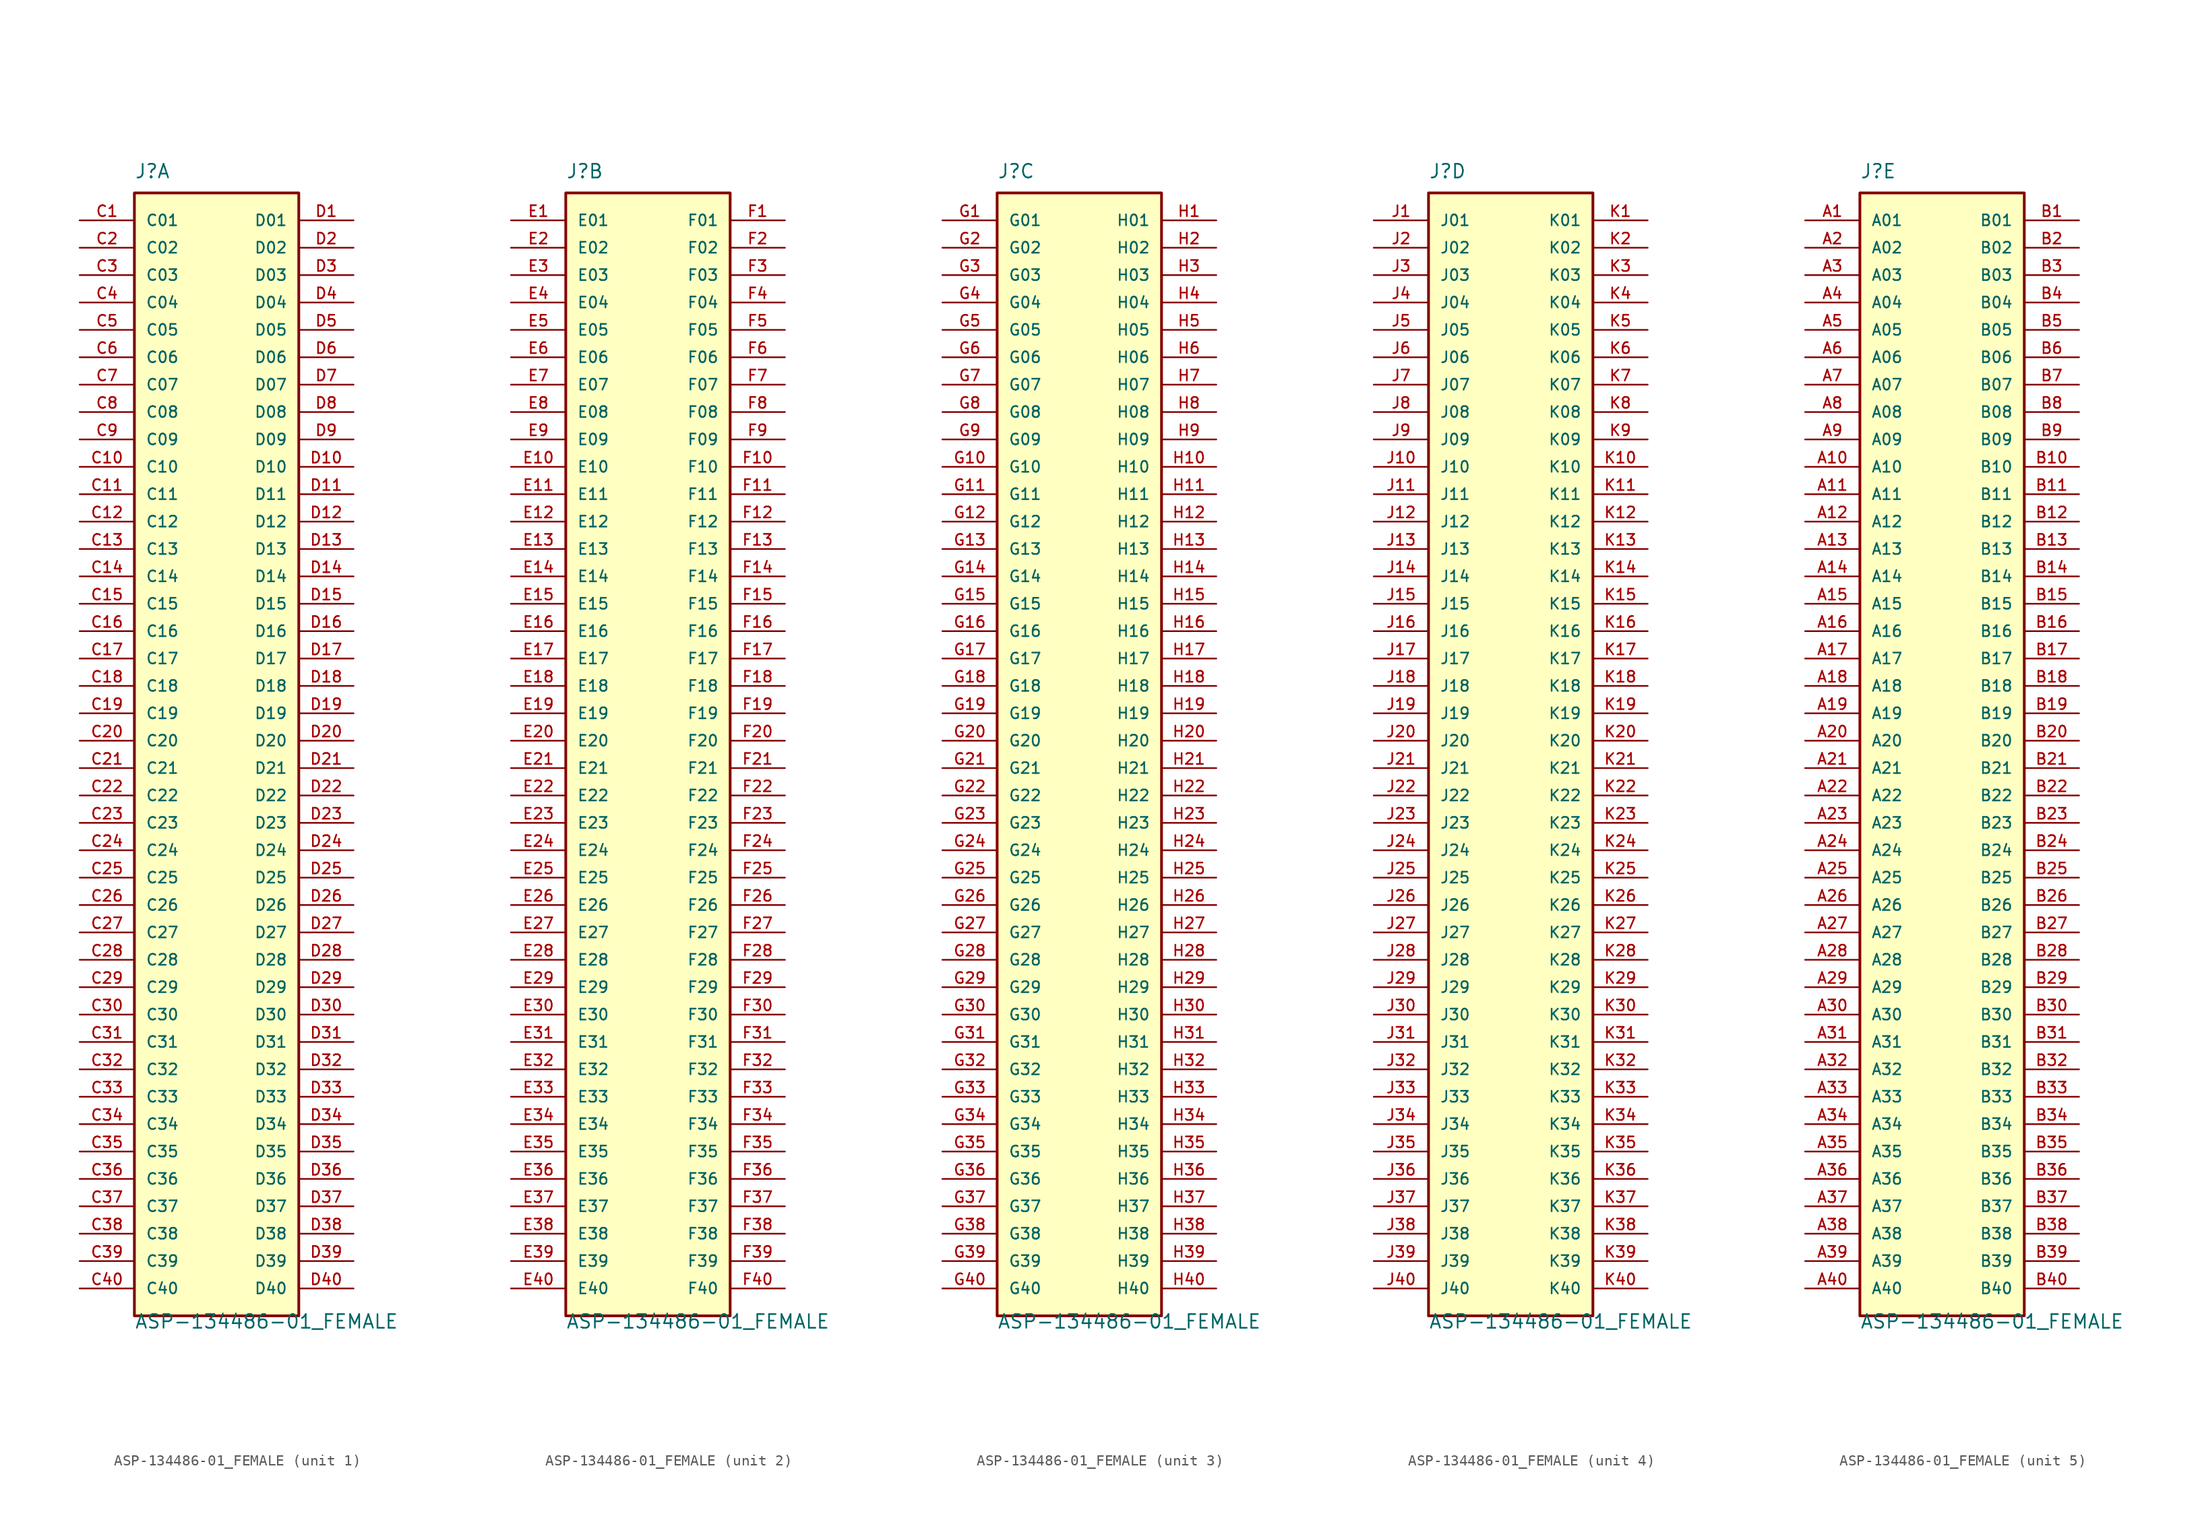
<source format=kicad_sym>
(kicad_symbol_lib
  (version 20211014)
  (generator kicad_symbol_editor)
  (symbol "ASP-134486-01_FEMALE"
    (pin_names
      (offset 1.016))
    (property "Reference" "J"
      (at -7.62 52.07 0)
      (effects (font (size 1.27 1.27)) (justify left bottom)))
    (property "Value" "ASP-134486-01_FEMALE"
      (at -7.62 -54.61 0)
      (effects (font (size 1.27 1.27)) (justify left bottom)))
    (property "ki_locked" ""
      (at 0 0 0)
      (effects (font (size 1.27 1.27))))
    (symbol "ASP-134486-01_FEMALE_1_0"
      (rectangle (start -7.62 -53.34) (end 7.62 50.8) (stroke (width 0.254) (type default) (color 0 0 0 0)) (fill (type background)))
      (pin passive line (at -12.7 48.26 0) (length 5.08) (name "C01" (effects (font (size 1.016 1.016)))) (number "C1" (effects (font (size 1.016 1.016)))))
      (pin passive line (at -12.7 25.4 0) (length 5.08) (name "C10" (effects (font (size 1.016 1.016)))) (number "C10" (effects (font (size 1.016 1.016)))))
      (pin passive line (at -12.7 22.86 0) (length 5.08) (name "C11" (effects (font (size 1.016 1.016)))) (number "C11" (effects (font (size 1.016 1.016)))))
      (pin passive line (at -12.7 20.32 0) (length 5.08) (name "C12" (effects (font (size 1.016 1.016)))) (number "C12" (effects (font (size 1.016 1.016)))))
      (pin passive line (at -12.7 17.78 0) (length 5.08) (name "C13" (effects (font (size 1.016 1.016)))) (number "C13" (effects (font (size 1.016 1.016)))))
      (pin passive line (at -12.7 15.24 0) (length 5.08) (name "C14" (effects (font (size 1.016 1.016)))) (number "C14" (effects (font (size 1.016 1.016)))))
      (pin passive line (at -12.7 12.7 0) (length 5.08) (name "C15" (effects (font (size 1.016 1.016)))) (number "C15" (effects (font (size 1.016 1.016)))))
      (pin passive line (at -12.7 10.16 0) (length 5.08) (name "C16" (effects (font (size 1.016 1.016)))) (number "C16" (effects (font (size 1.016 1.016)))))
      (pin passive line (at -12.7 7.62 0) (length 5.08) (name "C17" (effects (font (size 1.016 1.016)))) (number "C17" (effects (font (size 1.016 1.016)))))
      (pin passive line (at -12.7 5.08 0) (length 5.08) (name "C18" (effects (font (size 1.016 1.016)))) (number "C18" (effects (font (size 1.016 1.016)))))
      (pin passive line (at -12.7 2.54 0) (length 5.08) (name "C19" (effects (font (size 1.016 1.016)))) (number "C19" (effects (font (size 1.016 1.016)))))
      (pin passive line (at -12.7 45.72 0) (length 5.08) (name "C02" (effects (font (size 1.016 1.016)))) (number "C2" (effects (font (size 1.016 1.016)))))
      (pin passive line (at -12.7 0 0) (length 5.08) (name "C20" (effects (font (size 1.016 1.016)))) (number "C20" (effects (font (size 1.016 1.016)))))
      (pin passive line (at -12.7 -2.54 0) (length 5.08) (name "C21" (effects (font (size 1.016 1.016)))) (number "C21" (effects (font (size 1.016 1.016)))))
      (pin passive line (at -12.7 -5.08 0) (length 5.08) (name "C22" (effects (font (size 1.016 1.016)))) (number "C22" (effects (font (size 1.016 1.016)))))
      (pin passive line (at -12.7 -7.62 0) (length 5.08) (name "C23" (effects (font (size 1.016 1.016)))) (number "C23" (effects (font (size 1.016 1.016)))))
      (pin passive line (at -12.7 -10.16 0) (length 5.08) (name "C24" (effects (font (size 1.016 1.016)))) (number "C24" (effects (font (size 1.016 1.016)))))
      (pin passive line (at -12.7 -12.7 0) (length 5.08) (name "C25" (effects (font (size 1.016 1.016)))) (number "C25" (effects (font (size 1.016 1.016)))))
      (pin passive line (at -12.7 -15.24 0) (length 5.08) (name "C26" (effects (font (size 1.016 1.016)))) (number "C26" (effects (font (size 1.016 1.016)))))
      (pin passive line (at -12.7 -17.78 0) (length 5.08) (name "C27" (effects (font (size 1.016 1.016)))) (number "C27" (effects (font (size 1.016 1.016)))))
      (pin passive line (at -12.7 -20.32 0) (length 5.08) (name "C28" (effects (font (size 1.016 1.016)))) (number "C28" (effects (font (size 1.016 1.016)))))
      (pin passive line (at -12.7 -22.86 0) (length 5.08) (name "C29" (effects (font (size 1.016 1.016)))) (number "C29" (effects (font (size 1.016 1.016)))))
      (pin passive line (at -12.7 43.18 0) (length 5.08) (name "C03" (effects (font (size 1.016 1.016)))) (number "C3" (effects (font (size 1.016 1.016)))))
      (pin passive line (at -12.7 -25.4 0) (length 5.08) (name "C30" (effects (font (size 1.016 1.016)))) (number "C30" (effects (font (size 1.016 1.016)))))
      (pin passive line (at -12.7 -27.94 0) (length 5.08) (name "C31" (effects (font (size 1.016 1.016)))) (number "C31" (effects (font (size 1.016 1.016)))))
      (pin passive line (at -12.7 -30.48 0) (length 5.08) (name "C32" (effects (font (size 1.016 1.016)))) (number "C32" (effects (font (size 1.016 1.016)))))
      (pin passive line (at -12.7 -33.02 0) (length 5.08) (name "C33" (effects (font (size 1.016 1.016)))) (number "C33" (effects (font (size 1.016 1.016)))))
      (pin passive line (at -12.7 -35.56 0) (length 5.08) (name "C34" (effects (font (size 1.016 1.016)))) (number "C34" (effects (font (size 1.016 1.016)))))
      (pin passive line (at -12.7 -38.1 0) (length 5.08) (name "C35" (effects (font (size 1.016 1.016)))) (number "C35" (effects (font (size 1.016 1.016)))))
      (pin passive line (at -12.7 -40.64 0) (length 5.08) (name "C36" (effects (font (size 1.016 1.016)))) (number "C36" (effects (font (size 1.016 1.016)))))
      (pin passive line (at -12.7 -43.18 0) (length 5.08) (name "C37" (effects (font (size 1.016 1.016)))) (number "C37" (effects (font (size 1.016 1.016)))))
      (pin passive line (at -12.7 -45.72 0) (length 5.08) (name "C38" (effects (font (size 1.016 1.016)))) (number "C38" (effects (font (size 1.016 1.016)))))
      (pin passive line (at -12.7 -48.26 0) (length 5.08) (name "C39" (effects (font (size 1.016 1.016)))) (number "C39" (effects (font (size 1.016 1.016)))))
      (pin passive line (at -12.7 40.64 0) (length 5.08) (name "C04" (effects (font (size 1.016 1.016)))) (number "C4" (effects (font (size 1.016 1.016)))))
      (pin passive line (at -12.7 -50.8 0) (length 5.08) (name "C40" (effects (font (size 1.016 1.016)))) (number "C40" (effects (font (size 1.016 1.016)))))
      (pin passive line (at -12.7 38.1 0) (length 5.08) (name "C05" (effects (font (size 1.016 1.016)))) (number "C5" (effects (font (size 1.016 1.016)))))
      (pin passive line (at -12.7 35.56 0) (length 5.08) (name "C06" (effects (font (size 1.016 1.016)))) (number "C6" (effects (font (size 1.016 1.016)))))
      (pin passive line (at -12.7 33.02 0) (length 5.08) (name "C07" (effects (font (size 1.016 1.016)))) (number "C7" (effects (font (size 1.016 1.016)))))
      (pin passive line (at -12.7 30.48 0) (length 5.08) (name "C08" (effects (font (size 1.016 1.016)))) (number "C8" (effects (font (size 1.016 1.016)))))
      (pin passive line (at -12.7 27.94 0) (length 5.08) (name "C09" (effects (font (size 1.016 1.016)))) (number "C9" (effects (font (size 1.016 1.016)))))
      (pin passive line (at 12.7 48.26 180) (length 5.08) (name "D01" (effects (font (size 1.016 1.016)))) (number "D1" (effects (font (size 1.016 1.016)))))
      (pin passive line (at 12.7 25.4 180) (length 5.08) (name "D10" (effects (font (size 1.016 1.016)))) (number "D10" (effects (font (size 1.016 1.016)))))
      (pin passive line (at 12.7 22.86 180) (length 5.08) (name "D11" (effects (font (size 1.016 1.016)))) (number "D11" (effects (font (size 1.016 1.016)))))
      (pin passive line (at 12.7 20.32 180) (length 5.08) (name "D12" (effects (font (size 1.016 1.016)))) (number "D12" (effects (font (size 1.016 1.016)))))
      (pin passive line (at 12.7 17.78 180) (length 5.08) (name "D13" (effects (font (size 1.016 1.016)))) (number "D13" (effects (font (size 1.016 1.016)))))
      (pin passive line (at 12.7 15.24 180) (length 5.08) (name "D14" (effects (font (size 1.016 1.016)))) (number "D14" (effects (font (size 1.016 1.016)))))
      (pin passive line (at 12.7 12.7 180) (length 5.08) (name "D15" (effects (font (size 1.016 1.016)))) (number "D15" (effects (font (size 1.016 1.016)))))
      (pin passive line (at 12.7 10.16 180) (length 5.08) (name "D16" (effects (font (size 1.016 1.016)))) (number "D16" (effects (font (size 1.016 1.016)))))
      (pin passive line (at 12.7 7.62 180) (length 5.08) (name "D17" (effects (font (size 1.016 1.016)))) (number "D17" (effects (font (size 1.016 1.016)))))
      (pin passive line (at 12.7 5.08 180) (length 5.08) (name "D18" (effects (font (size 1.016 1.016)))) (number "D18" (effects (font (size 1.016 1.016)))))
      (pin passive line (at 12.7 2.54 180) (length 5.08) (name "D19" (effects (font (size 1.016 1.016)))) (number "D19" (effects (font (size 1.016 1.016)))))
      (pin passive line (at 12.7 45.72 180) (length 5.08) (name "D02" (effects (font (size 1.016 1.016)))) (number "D2" (effects (font (size 1.016 1.016)))))
      (pin passive line (at 12.7 0 180) (length 5.08) (name "D20" (effects (font (size 1.016 1.016)))) (number "D20" (effects (font (size 1.016 1.016)))))
      (pin passive line (at 12.7 -2.54 180) (length 5.08) (name "D21" (effects (font (size 1.016 1.016)))) (number "D21" (effects (font (size 1.016 1.016)))))
      (pin passive line (at 12.7 -5.08 180) (length 5.08) (name "D22" (effects (font (size 1.016 1.016)))) (number "D22" (effects (font (size 1.016 1.016)))))
      (pin passive line (at 12.7 -7.62 180) (length 5.08) (name "D23" (effects (font (size 1.016 1.016)))) (number "D23" (effects (font (size 1.016 1.016)))))
      (pin passive line (at 12.7 -10.16 180) (length 5.08) (name "D24" (effects (font (size 1.016 1.016)))) (number "D24" (effects (font (size 1.016 1.016)))))
      (pin passive line (at 12.7 -12.7 180) (length 5.08) (name "D25" (effects (font (size 1.016 1.016)))) (number "D25" (effects (font (size 1.016 1.016)))))
      (pin passive line (at 12.7 -15.24 180) (length 5.08) (name "D26" (effects (font (size 1.016 1.016)))) (number "D26" (effects (font (size 1.016 1.016)))))
      (pin passive line (at 12.7 -17.78 180) (length 5.08) (name "D27" (effects (font (size 1.016 1.016)))) (number "D27" (effects (font (size 1.016 1.016)))))
      (pin passive line (at 12.7 -20.32 180) (length 5.08) (name "D28" (effects (font (size 1.016 1.016)))) (number "D28" (effects (font (size 1.016 1.016)))))
      (pin passive line (at 12.7 -22.86 180) (length 5.08) (name "D29" (effects (font (size 1.016 1.016)))) (number "D29" (effects (font (size 1.016 1.016)))))
      (pin passive line (at 12.7 43.18 180) (length 5.08) (name "D03" (effects (font (size 1.016 1.016)))) (number "D3" (effects (font (size 1.016 1.016)))))
      (pin passive line (at 12.7 -25.4 180) (length 5.08) (name "D30" (effects (font (size 1.016 1.016)))) (number "D30" (effects (font (size 1.016 1.016)))))
      (pin passive line (at 12.7 -27.94 180) (length 5.08) (name "D31" (effects (font (size 1.016 1.016)))) (number "D31" (effects (font (size 1.016 1.016)))))
      (pin passive line (at 12.7 -30.48 180) (length 5.08) (name "D32" (effects (font (size 1.016 1.016)))) (number "D32" (effects (font (size 1.016 1.016)))))
      (pin passive line (at 12.7 -33.02 180) (length 5.08) (name "D33" (effects (font (size 1.016 1.016)))) (number "D33" (effects (font (size 1.016 1.016)))))
      (pin passive line (at 12.7 -35.56 180) (length 5.08) (name "D34" (effects (font (size 1.016 1.016)))) (number "D34" (effects (font (size 1.016 1.016)))))
      (pin passive line (at 12.7 -38.1 180) (length 5.08) (name "D35" (effects (font (size 1.016 1.016)))) (number "D35" (effects (font (size 1.016 1.016)))))
      (pin passive line (at 12.7 -40.64 180) (length 5.08) (name "D36" (effects (font (size 1.016 1.016)))) (number "D36" (effects (font (size 1.016 1.016)))))
      (pin passive line (at 12.7 -43.18 180) (length 5.08) (name "D37" (effects (font (size 1.016 1.016)))) (number "D37" (effects (font (size 1.016 1.016)))))
      (pin passive line (at 12.7 -45.72 180) (length 5.08) (name "D38" (effects (font (size 1.016 1.016)))) (number "D38" (effects (font (size 1.016 1.016)))))
      (pin passive line (at 12.7 -48.26 180) (length 5.08) (name "D39" (effects (font (size 1.016 1.016)))) (number "D39" (effects (font (size 1.016 1.016)))))
      (pin passive line (at 12.7 40.64 180) (length 5.08) (name "D04" (effects (font (size 1.016 1.016)))) (number "D4" (effects (font (size 1.016 1.016)))))
      (pin passive line (at 12.7 -50.8 180) (length 5.08) (name "D40" (effects (font (size 1.016 1.016)))) (number "D40" (effects (font (size 1.016 1.016)))))
      (pin passive line (at 12.7 38.1 180) (length 5.08) (name "D05" (effects (font (size 1.016 1.016)))) (number "D5" (effects (font (size 1.016 1.016)))))
      (pin passive line (at 12.7 35.56 180) (length 5.08) (name "D06" (effects (font (size 1.016 1.016)))) (number "D6" (effects (font (size 1.016 1.016)))))
      (pin passive line (at 12.7 33.02 180) (length 5.08) (name "D07" (effects (font (size 1.016 1.016)))) (number "D7" (effects (font (size 1.016 1.016)))))
      (pin passive line (at 12.7 30.48 180) (length 5.08) (name "D08" (effects (font (size 1.016 1.016)))) (number "D8" (effects (font (size 1.016 1.016)))))
      (pin passive line (at 12.7 27.94 180) (length 5.08) (name "D09" (effects (font (size 1.016 1.016)))) (number "D9" (effects (font (size 1.016 1.016))))))
    (symbol "ASP-134486-01_FEMALE_2_0"
      (rectangle (start -7.62 -53.34) (end 7.62 50.8) (stroke (width 0.254) (type default) (color 0 0 0 0)) (fill (type background)))
      (pin passive line (at -12.7 48.26 0) (length 5.08) (name "E01" (effects (font (size 1.016 1.016)))) (number "E1" (effects (font (size 1.016 1.016)))))
      (pin passive line (at -12.7 25.4 0) (length 5.08) (name "E10" (effects (font (size 1.016 1.016)))) (number "E10" (effects (font (size 1.016 1.016)))))
      (pin passive line (at -12.7 22.86 0) (length 5.08) (name "E11" (effects (font (size 1.016 1.016)))) (number "E11" (effects (font (size 1.016 1.016)))))
      (pin passive line (at -12.7 20.32 0) (length 5.08) (name "E12" (effects (font (size 1.016 1.016)))) (number "E12" (effects (font (size 1.016 1.016)))))
      (pin passive line (at -12.7 17.78 0) (length 5.08) (name "E13" (effects (font (size 1.016 1.016)))) (number "E13" (effects (font (size 1.016 1.016)))))
      (pin passive line (at -12.7 15.24 0) (length 5.08) (name "E14" (effects (font (size 1.016 1.016)))) (number "E14" (effects (font (size 1.016 1.016)))))
      (pin passive line (at -12.7 12.7 0) (length 5.08) (name "E15" (effects (font (size 1.016 1.016)))) (number "E15" (effects (font (size 1.016 1.016)))))
      (pin passive line (at -12.7 10.16 0) (length 5.08) (name "E16" (effects (font (size 1.016 1.016)))) (number "E16" (effects (font (size 1.016 1.016)))))
      (pin passive line (at -12.7 7.62 0) (length 5.08) (name "E17" (effects (font (size 1.016 1.016)))) (number "E17" (effects (font (size 1.016 1.016)))))
      (pin passive line (at -12.7 5.08 0) (length 5.08) (name "E18" (effects (font (size 1.016 1.016)))) (number "E18" (effects (font (size 1.016 1.016)))))
      (pin passive line (at -12.7 2.54 0) (length 5.08) (name "E19" (effects (font (size 1.016 1.016)))) (number "E19" (effects (font (size 1.016 1.016)))))
      (pin passive line (at -12.7 45.72 0) (length 5.08) (name "E02" (effects (font (size 1.016 1.016)))) (number "E2" (effects (font (size 1.016 1.016)))))
      (pin passive line (at -12.7 0 0) (length 5.08) (name "E20" (effects (font (size 1.016 1.016)))) (number "E20" (effects (font (size 1.016 1.016)))))
      (pin passive line (at -12.7 -2.54 0) (length 5.08) (name "E21" (effects (font (size 1.016 1.016)))) (number "E21" (effects (font (size 1.016 1.016)))))
      (pin passive line (at -12.7 -5.08 0) (length 5.08) (name "E22" (effects (font (size 1.016 1.016)))) (number "E22" (effects (font (size 1.016 1.016)))))
      (pin passive line (at -12.7 -7.62 0) (length 5.08) (name "E23" (effects (font (size 1.016 1.016)))) (number "E23" (effects (font (size 1.016 1.016)))))
      (pin passive line (at -12.7 -10.16 0) (length 5.08) (name "E24" (effects (font (size 1.016 1.016)))) (number "E24" (effects (font (size 1.016 1.016)))))
      (pin passive line (at -12.7 -12.7 0) (length 5.08) (name "E25" (effects (font (size 1.016 1.016)))) (number "E25" (effects (font (size 1.016 1.016)))))
      (pin passive line (at -12.7 -15.24 0) (length 5.08) (name "E26" (effects (font (size 1.016 1.016)))) (number "E26" (effects (font (size 1.016 1.016)))))
      (pin passive line (at -12.7 -17.78 0) (length 5.08) (name "E27" (effects (font (size 1.016 1.016)))) (number "E27" (effects (font (size 1.016 1.016)))))
      (pin passive line (at -12.7 -20.32 0) (length 5.08) (name "E28" (effects (font (size 1.016 1.016)))) (number "E28" (effects (font (size 1.016 1.016)))))
      (pin passive line (at -12.7 -22.86 0) (length 5.08) (name "E29" (effects (font (size 1.016 1.016)))) (number "E29" (effects (font (size 1.016 1.016)))))
      (pin passive line (at -12.7 43.18 0) (length 5.08) (name "E03" (effects (font (size 1.016 1.016)))) (number "E3" (effects (font (size 1.016 1.016)))))
      (pin passive line (at -12.7 -25.4 0) (length 5.08) (name "E30" (effects (font (size 1.016 1.016)))) (number "E30" (effects (font (size 1.016 1.016)))))
      (pin passive line (at -12.7 -27.94 0) (length 5.08) (name "E31" (effects (font (size 1.016 1.016)))) (number "E31" (effects (font (size 1.016 1.016)))))
      (pin passive line (at -12.7 -30.48 0) (length 5.08) (name "E32" (effects (font (size 1.016 1.016)))) (number "E32" (effects (font (size 1.016 1.016)))))
      (pin passive line (at -12.7 -33.02 0) (length 5.08) (name "E33" (effects (font (size 1.016 1.016)))) (number "E33" (effects (font (size 1.016 1.016)))))
      (pin passive line (at -12.7 -35.56 0) (length 5.08) (name "E34" (effects (font (size 1.016 1.016)))) (number "E34" (effects (font (size 1.016 1.016)))))
      (pin passive line (at -12.7 -38.1 0) (length 5.08) (name "E35" (effects (font (size 1.016 1.016)))) (number "E35" (effects (font (size 1.016 1.016)))))
      (pin passive line (at -12.7 -40.64 0) (length 5.08) (name "E36" (effects (font (size 1.016 1.016)))) (number "E36" (effects (font (size 1.016 1.016)))))
      (pin passive line (at -12.7 -43.18 0) (length 5.08) (name "E37" (effects (font (size 1.016 1.016)))) (number "E37" (effects (font (size 1.016 1.016)))))
      (pin passive line (at -12.7 -45.72 0) (length 5.08) (name "E38" (effects (font (size 1.016 1.016)))) (number "E38" (effects (font (size 1.016 1.016)))))
      (pin passive line (at -12.7 -48.26 0) (length 5.08) (name "E39" (effects (font (size 1.016 1.016)))) (number "E39" (effects (font (size 1.016 1.016)))))
      (pin passive line (at -12.7 40.64 0) (length 5.08) (name "E04" (effects (font (size 1.016 1.016)))) (number "E4" (effects (font (size 1.016 1.016)))))
      (pin passive line (at -12.7 -50.8 0) (length 5.08) (name "E40" (effects (font (size 1.016 1.016)))) (number "E40" (effects (font (size 1.016 1.016)))))
      (pin passive line (at -12.7 38.1 0) (length 5.08) (name "E05" (effects (font (size 1.016 1.016)))) (number "E5" (effects (font (size 1.016 1.016)))))
      (pin passive line (at -12.7 35.56 0) (length 5.08) (name "E06" (effects (font (size 1.016 1.016)))) (number "E6" (effects (font (size 1.016 1.016)))))
      (pin passive line (at -12.7 33.02 0) (length 5.08) (name "E07" (effects (font (size 1.016 1.016)))) (number "E7" (effects (font (size 1.016 1.016)))))
      (pin passive line (at -12.7 30.48 0) (length 5.08) (name "E08" (effects (font (size 1.016 1.016)))) (number "E8" (effects (font (size 1.016 1.016)))))
      (pin passive line (at -12.7 27.94 0) (length 5.08) (name "E09" (effects (font (size 1.016 1.016)))) (number "E9" (effects (font (size 1.016 1.016)))))
      (pin passive line (at 12.7 48.26 180) (length 5.08) (name "F01" (effects (font (size 1.016 1.016)))) (number "F1" (effects (font (size 1.016 1.016)))))
      (pin passive line (at 12.7 25.4 180) (length 5.08) (name "F10" (effects (font (size 1.016 1.016)))) (number "F10" (effects (font (size 1.016 1.016)))))
      (pin passive line (at 12.7 22.86 180) (length 5.08) (name "F11" (effects (font (size 1.016 1.016)))) (number "F11" (effects (font (size 1.016 1.016)))))
      (pin passive line (at 12.7 20.32 180) (length 5.08) (name "F12" (effects (font (size 1.016 1.016)))) (number "F12" (effects (font (size 1.016 1.016)))))
      (pin passive line (at 12.7 17.78 180) (length 5.08) (name "F13" (effects (font (size 1.016 1.016)))) (number "F13" (effects (font (size 1.016 1.016)))))
      (pin passive line (at 12.7 15.24 180) (length 5.08) (name "F14" (effects (font (size 1.016 1.016)))) (number "F14" (effects (font (size 1.016 1.016)))))
      (pin passive line (at 12.7 12.7 180) (length 5.08) (name "F15" (effects (font (size 1.016 1.016)))) (number "F15" (effects (font (size 1.016 1.016)))))
      (pin passive line (at 12.7 10.16 180) (length 5.08) (name "F16" (effects (font (size 1.016 1.016)))) (number "F16" (effects (font (size 1.016 1.016)))))
      (pin passive line (at 12.7 7.62 180) (length 5.08) (name "F17" (effects (font (size 1.016 1.016)))) (number "F17" (effects (font (size 1.016 1.016)))))
      (pin passive line (at 12.7 5.08 180) (length 5.08) (name "F18" (effects (font (size 1.016 1.016)))) (number "F18" (effects (font (size 1.016 1.016)))))
      (pin passive line (at 12.7 2.54 180) (length 5.08) (name "F19" (effects (font (size 1.016 1.016)))) (number "F19" (effects (font (size 1.016 1.016)))))
      (pin passive line (at 12.7 45.72 180) (length 5.08) (name "F02" (effects (font (size 1.016 1.016)))) (number "F2" (effects (font (size 1.016 1.016)))))
      (pin passive line (at 12.7 0 180) (length 5.08) (name "F20" (effects (font (size 1.016 1.016)))) (number "F20" (effects (font (size 1.016 1.016)))))
      (pin passive line (at 12.7 -2.54 180) (length 5.08) (name "F21" (effects (font (size 1.016 1.016)))) (number "F21" (effects (font (size 1.016 1.016)))))
      (pin passive line (at 12.7 -5.08 180) (length 5.08) (name "F22" (effects (font (size 1.016 1.016)))) (number "F22" (effects (font (size 1.016 1.016)))))
      (pin passive line (at 12.7 -7.62 180) (length 5.08) (name "F23" (effects (font (size 1.016 1.016)))) (number "F23" (effects (font (size 1.016 1.016)))))
      (pin passive line (at 12.7 -10.16 180) (length 5.08) (name "F24" (effects (font (size 1.016 1.016)))) (number "F24" (effects (font (size 1.016 1.016)))))
      (pin passive line (at 12.7 -12.7 180) (length 5.08) (name "F25" (effects (font (size 1.016 1.016)))) (number "F25" (effects (font (size 1.016 1.016)))))
      (pin passive line (at 12.7 -15.24 180) (length 5.08) (name "F26" (effects (font (size 1.016 1.016)))) (number "F26" (effects (font (size 1.016 1.016)))))
      (pin passive line (at 12.7 -17.78 180) (length 5.08) (name "F27" (effects (font (size 1.016 1.016)))) (number "F27" (effects (font (size 1.016 1.016)))))
      (pin passive line (at 12.7 -20.32 180) (length 5.08) (name "F28" (effects (font (size 1.016 1.016)))) (number "F28" (effects (font (size 1.016 1.016)))))
      (pin passive line (at 12.7 -22.86 180) (length 5.08) (name "F29" (effects (font (size 1.016 1.016)))) (number "F29" (effects (font (size 1.016 1.016)))))
      (pin passive line (at 12.7 43.18 180) (length 5.08) (name "F03" (effects (font (size 1.016 1.016)))) (number "F3" (effects (font (size 1.016 1.016)))))
      (pin passive line (at 12.7 -25.4 180) (length 5.08) (name "F30" (effects (font (size 1.016 1.016)))) (number "F30" (effects (font (size 1.016 1.016)))))
      (pin passive line (at 12.7 -27.94 180) (length 5.08) (name "F31" (effects (font (size 1.016 1.016)))) (number "F31" (effects (font (size 1.016 1.016)))))
      (pin passive line (at 12.7 -30.48 180) (length 5.08) (name "F32" (effects (font (size 1.016 1.016)))) (number "F32" (effects (font (size 1.016 1.016)))))
      (pin passive line (at 12.7 -33.02 180) (length 5.08) (name "F33" (effects (font (size 1.016 1.016)))) (number "F33" (effects (font (size 1.016 1.016)))))
      (pin passive line (at 12.7 -35.56 180) (length 5.08) (name "F34" (effects (font (size 1.016 1.016)))) (number "F34" (effects (font (size 1.016 1.016)))))
      (pin passive line (at 12.7 -38.1 180) (length 5.08) (name "F35" (effects (font (size 1.016 1.016)))) (number "F35" (effects (font (size 1.016 1.016)))))
      (pin passive line (at 12.7 -40.64 180) (length 5.08) (name "F36" (effects (font (size 1.016 1.016)))) (number "F36" (effects (font (size 1.016 1.016)))))
      (pin passive line (at 12.7 -43.18 180) (length 5.08) (name "F37" (effects (font (size 1.016 1.016)))) (number "F37" (effects (font (size 1.016 1.016)))))
      (pin passive line (at 12.7 -45.72 180) (length 5.08) (name "F38" (effects (font (size 1.016 1.016)))) (number "F38" (effects (font (size 1.016 1.016)))))
      (pin passive line (at 12.7 -48.26 180) (length 5.08) (name "F39" (effects (font (size 1.016 1.016)))) (number "F39" (effects (font (size 1.016 1.016)))))
      (pin passive line (at 12.7 40.64 180) (length 5.08) (name "F04" (effects (font (size 1.016 1.016)))) (number "F4" (effects (font (size 1.016 1.016)))))
      (pin passive line (at 12.7 -50.8 180) (length 5.08) (name "F40" (effects (font (size 1.016 1.016)))) (number "F40" (effects (font (size 1.016 1.016)))))
      (pin passive line (at 12.7 38.1 180) (length 5.08) (name "F05" (effects (font (size 1.016 1.016)))) (number "F5" (effects (font (size 1.016 1.016)))))
      (pin passive line (at 12.7 35.56 180) (length 5.08) (name "F06" (effects (font (size 1.016 1.016)))) (number "F6" (effects (font (size 1.016 1.016)))))
      (pin passive line (at 12.7 33.02 180) (length 5.08) (name "F07" (effects (font (size 1.016 1.016)))) (number "F7" (effects (font (size 1.016 1.016)))))
      (pin passive line (at 12.7 30.48 180) (length 5.08) (name "F08" (effects (font (size 1.016 1.016)))) (number "F8" (effects (font (size 1.016 1.016)))))
      (pin passive line (at 12.7 27.94 180) (length 5.08) (name "F09" (effects (font (size 1.016 1.016)))) (number "F9" (effects (font (size 1.016 1.016))))))
    (symbol "ASP-134486-01_FEMALE_3_0"
      (rectangle (start -7.62 -53.34) (end 7.62 50.8) (stroke (width 0.254) (type default) (color 0 0 0 0)) (fill (type background)))
      (pin passive line (at -12.7 48.26 0) (length 5.08) (name "G01" (effects (font (size 1.016 1.016)))) (number "G1" (effects (font (size 1.016 1.016)))))
      (pin passive line (at -12.7 25.4 0) (length 5.08) (name "G10" (effects (font (size 1.016 1.016)))) (number "G10" (effects (font (size 1.016 1.016)))))
      (pin passive line (at -12.7 22.86 0) (length 5.08) (name "G11" (effects (font (size 1.016 1.016)))) (number "G11" (effects (font (size 1.016 1.016)))))
      (pin passive line (at -12.7 20.32 0) (length 5.08) (name "G12" (effects (font (size 1.016 1.016)))) (number "G12" (effects (font (size 1.016 1.016)))))
      (pin passive line (at -12.7 17.78 0) (length 5.08) (name "G13" (effects (font (size 1.016 1.016)))) (number "G13" (effects (font (size 1.016 1.016)))))
      (pin passive line (at -12.7 15.24 0) (length 5.08) (name "G14" (effects (font (size 1.016 1.016)))) (number "G14" (effects (font (size 1.016 1.016)))))
      (pin passive line (at -12.7 12.7 0) (length 5.08) (name "G15" (effects (font (size 1.016 1.016)))) (number "G15" (effects (font (size 1.016 1.016)))))
      (pin passive line (at -12.7 10.16 0) (length 5.08) (name "G16" (effects (font (size 1.016 1.016)))) (number "G16" (effects (font (size 1.016 1.016)))))
      (pin passive line (at -12.7 7.62 0) (length 5.08) (name "G17" (effects (font (size 1.016 1.016)))) (number "G17" (effects (font (size 1.016 1.016)))))
      (pin passive line (at -12.7 5.08 0) (length 5.08) (name "G18" (effects (font (size 1.016 1.016)))) (number "G18" (effects (font (size 1.016 1.016)))))
      (pin passive line (at -12.7 2.54 0) (length 5.08) (name "G19" (effects (font (size 1.016 1.016)))) (number "G19" (effects (font (size 1.016 1.016)))))
      (pin passive line (at -12.7 45.72 0) (length 5.08) (name "G02" (effects (font (size 1.016 1.016)))) (number "G2" (effects (font (size 1.016 1.016)))))
      (pin passive line (at -12.7 0 0) (length 5.08) (name "G20" (effects (font (size 1.016 1.016)))) (number "G20" (effects (font (size 1.016 1.016)))))
      (pin passive line (at -12.7 -2.54 0) (length 5.08) (name "G21" (effects (font (size 1.016 1.016)))) (number "G21" (effects (font (size 1.016 1.016)))))
      (pin passive line (at -12.7 -5.08 0) (length 5.08) (name "G22" (effects (font (size 1.016 1.016)))) (number "G22" (effects (font (size 1.016 1.016)))))
      (pin passive line (at -12.7 -7.62 0) (length 5.08) (name "G23" (effects (font (size 1.016 1.016)))) (number "G23" (effects (font (size 1.016 1.016)))))
      (pin passive line (at -12.7 -10.16 0) (length 5.08) (name "G24" (effects (font (size 1.016 1.016)))) (number "G24" (effects (font (size 1.016 1.016)))))
      (pin passive line (at -12.7 -12.7 0) (length 5.08) (name "G25" (effects (font (size 1.016 1.016)))) (number "G25" (effects (font (size 1.016 1.016)))))
      (pin passive line (at -12.7 -15.24 0) (length 5.08) (name "G26" (effects (font (size 1.016 1.016)))) (number "G26" (effects (font (size 1.016 1.016)))))
      (pin passive line (at -12.7 -17.78 0) (length 5.08) (name "G27" (effects (font (size 1.016 1.016)))) (number "G27" (effects (font (size 1.016 1.016)))))
      (pin passive line (at -12.7 -20.32 0) (length 5.08) (name "G28" (effects (font (size 1.016 1.016)))) (number "G28" (effects (font (size 1.016 1.016)))))
      (pin passive line (at -12.7 -22.86 0) (length 5.08) (name "G29" (effects (font (size 1.016 1.016)))) (number "G29" (effects (font (size 1.016 1.016)))))
      (pin passive line (at -12.7 43.18 0) (length 5.08) (name "G03" (effects (font (size 1.016 1.016)))) (number "G3" (effects (font (size 1.016 1.016)))))
      (pin passive line (at -12.7 -25.4 0) (length 5.08) (name "G30" (effects (font (size 1.016 1.016)))) (number "G30" (effects (font (size 1.016 1.016)))))
      (pin passive line (at -12.7 -27.94 0) (length 5.08) (name "G31" (effects (font (size 1.016 1.016)))) (number "G31" (effects (font (size 1.016 1.016)))))
      (pin passive line (at -12.7 -30.48 0) (length 5.08) (name "G32" (effects (font (size 1.016 1.016)))) (number "G32" (effects (font (size 1.016 1.016)))))
      (pin passive line (at -12.7 -33.02 0) (length 5.08) (name "G33" (effects (font (size 1.016 1.016)))) (number "G33" (effects (font (size 1.016 1.016)))))
      (pin passive line (at -12.7 -35.56 0) (length 5.08) (name "G34" (effects (font (size 1.016 1.016)))) (number "G34" (effects (font (size 1.016 1.016)))))
      (pin passive line (at -12.7 -38.1 0) (length 5.08) (name "G35" (effects (font (size 1.016 1.016)))) (number "G35" (effects (font (size 1.016 1.016)))))
      (pin passive line (at -12.7 -40.64 0) (length 5.08) (name "G36" (effects (font (size 1.016 1.016)))) (number "G36" (effects (font (size 1.016 1.016)))))
      (pin passive line (at -12.7 -43.18 0) (length 5.08) (name "G37" (effects (font (size 1.016 1.016)))) (number "G37" (effects (font (size 1.016 1.016)))))
      (pin passive line (at -12.7 -45.72 0) (length 5.08) (name "G38" (effects (font (size 1.016 1.016)))) (number "G38" (effects (font (size 1.016 1.016)))))
      (pin passive line (at -12.7 -48.26 0) (length 5.08) (name "G39" (effects (font (size 1.016 1.016)))) (number "G39" (effects (font (size 1.016 1.016)))))
      (pin passive line (at -12.7 40.64 0) (length 5.08) (name "G04" (effects (font (size 1.016 1.016)))) (number "G4" (effects (font (size 1.016 1.016)))))
      (pin passive line (at -12.7 -50.8 0) (length 5.08) (name "G40" (effects (font (size 1.016 1.016)))) (number "G40" (effects (font (size 1.016 1.016)))))
      (pin passive line (at -12.7 38.1 0) (length 5.08) (name "G05" (effects (font (size 1.016 1.016)))) (number "G5" (effects (font (size 1.016 1.016)))))
      (pin passive line (at -12.7 35.56 0) (length 5.08) (name "G06" (effects (font (size 1.016 1.016)))) (number "G6" (effects (font (size 1.016 1.016)))))
      (pin passive line (at -12.7 33.02 0) (length 5.08) (name "G07" (effects (font (size 1.016 1.016)))) (number "G7" (effects (font (size 1.016 1.016)))))
      (pin passive line (at -12.7 30.48 0) (length 5.08) (name "G08" (effects (font (size 1.016 1.016)))) (number "G8" (effects (font (size 1.016 1.016)))))
      (pin passive line (at -12.7 27.94 0) (length 5.08) (name "G09" (effects (font (size 1.016 1.016)))) (number "G9" (effects (font (size 1.016 1.016)))))
      (pin passive line (at 12.7 48.26 180) (length 5.08) (name "H01" (effects (font (size 1.016 1.016)))) (number "H1" (effects (font (size 1.016 1.016)))))
      (pin passive line (at 12.7 25.4 180) (length 5.08) (name "H10" (effects (font (size 1.016 1.016)))) (number "H10" (effects (font (size 1.016 1.016)))))
      (pin passive line (at 12.7 22.86 180) (length 5.08) (name "H11" (effects (font (size 1.016 1.016)))) (number "H11" (effects (font (size 1.016 1.016)))))
      (pin passive line (at 12.7 20.32 180) (length 5.08) (name "H12" (effects (font (size 1.016 1.016)))) (number "H12" (effects (font (size 1.016 1.016)))))
      (pin passive line (at 12.7 17.78 180) (length 5.08) (name "H13" (effects (font (size 1.016 1.016)))) (number "H13" (effects (font (size 1.016 1.016)))))
      (pin passive line (at 12.7 15.24 180) (length 5.08) (name "H14" (effects (font (size 1.016 1.016)))) (number "H14" (effects (font (size 1.016 1.016)))))
      (pin passive line (at 12.7 12.7 180) (length 5.08) (name "H15" (effects (font (size 1.016 1.016)))) (number "H15" (effects (font (size 1.016 1.016)))))
      (pin passive line (at 12.7 10.16 180) (length 5.08) (name "H16" (effects (font (size 1.016 1.016)))) (number "H16" (effects (font (size 1.016 1.016)))))
      (pin passive line (at 12.7 7.62 180) (length 5.08) (name "H17" (effects (font (size 1.016 1.016)))) (number "H17" (effects (font (size 1.016 1.016)))))
      (pin passive line (at 12.7 5.08 180) (length 5.08) (name "H18" (effects (font (size 1.016 1.016)))) (number "H18" (effects (font (size 1.016 1.016)))))
      (pin passive line (at 12.7 2.54 180) (length 5.08) (name "H19" (effects (font (size 1.016 1.016)))) (number "H19" (effects (font (size 1.016 1.016)))))
      (pin passive line (at 12.7 45.72 180) (length 5.08) (name "H02" (effects (font (size 1.016 1.016)))) (number "H2" (effects (font (size 1.016 1.016)))))
      (pin passive line (at 12.7 0 180) (length 5.08) (name "H20" (effects (font (size 1.016 1.016)))) (number "H20" (effects (font (size 1.016 1.016)))))
      (pin passive line (at 12.7 -2.54 180) (length 5.08) (name "H21" (effects (font (size 1.016 1.016)))) (number "H21" (effects (font (size 1.016 1.016)))))
      (pin passive line (at 12.7 -5.08 180) (length 5.08) (name "H22" (effects (font (size 1.016 1.016)))) (number "H22" (effects (font (size 1.016 1.016)))))
      (pin passive line (at 12.7 -7.62 180) (length 5.08) (name "H23" (effects (font (size 1.016 1.016)))) (number "H23" (effects (font (size 1.016 1.016)))))
      (pin passive line (at 12.7 -10.16 180) (length 5.08) (name "H24" (effects (font (size 1.016 1.016)))) (number "H24" (effects (font (size 1.016 1.016)))))
      (pin passive line (at 12.7 -12.7 180) (length 5.08) (name "H25" (effects (font (size 1.016 1.016)))) (number "H25" (effects (font (size 1.016 1.016)))))
      (pin passive line (at 12.7 -15.24 180) (length 5.08) (name "H26" (effects (font (size 1.016 1.016)))) (number "H26" (effects (font (size 1.016 1.016)))))
      (pin passive line (at 12.7 -17.78 180) (length 5.08) (name "H27" (effects (font (size 1.016 1.016)))) (number "H27" (effects (font (size 1.016 1.016)))))
      (pin passive line (at 12.7 -20.32 180) (length 5.08) (name "H28" (effects (font (size 1.016 1.016)))) (number "H28" (effects (font (size 1.016 1.016)))))
      (pin passive line (at 12.7 -22.86 180) (length 5.08) (name "H29" (effects (font (size 1.016 1.016)))) (number "H29" (effects (font (size 1.016 1.016)))))
      (pin passive line (at 12.7 43.18 180) (length 5.08) (name "H03" (effects (font (size 1.016 1.016)))) (number "H3" (effects (font (size 1.016 1.016)))))
      (pin passive line (at 12.7 -25.4 180) (length 5.08) (name "H30" (effects (font (size 1.016 1.016)))) (number "H30" (effects (font (size 1.016 1.016)))))
      (pin passive line (at 12.7 -27.94 180) (length 5.08) (name "H31" (effects (font (size 1.016 1.016)))) (number "H31" (effects (font (size 1.016 1.016)))))
      (pin passive line (at 12.7 -30.48 180) (length 5.08) (name "H32" (effects (font (size 1.016 1.016)))) (number "H32" (effects (font (size 1.016 1.016)))))
      (pin passive line (at 12.7 -33.02 180) (length 5.08) (name "H33" (effects (font (size 1.016 1.016)))) (number "H33" (effects (font (size 1.016 1.016)))))
      (pin passive line (at 12.7 -35.56 180) (length 5.08) (name "H34" (effects (font (size 1.016 1.016)))) (number "H34" (effects (font (size 1.016 1.016)))))
      (pin passive line (at 12.7 -38.1 180) (length 5.08) (name "H35" (effects (font (size 1.016 1.016)))) (number "H35" (effects (font (size 1.016 1.016)))))
      (pin passive line (at 12.7 -40.64 180) (length 5.08) (name "H36" (effects (font (size 1.016 1.016)))) (number "H36" (effects (font (size 1.016 1.016)))))
      (pin passive line (at 12.7 -43.18 180) (length 5.08) (name "H37" (effects (font (size 1.016 1.016)))) (number "H37" (effects (font (size 1.016 1.016)))))
      (pin passive line (at 12.7 -45.72 180) (length 5.08) (name "H38" (effects (font (size 1.016 1.016)))) (number "H38" (effects (font (size 1.016 1.016)))))
      (pin passive line (at 12.7 -48.26 180) (length 5.08) (name "H39" (effects (font (size 1.016 1.016)))) (number "H39" (effects (font (size 1.016 1.016)))))
      (pin passive line (at 12.7 40.64 180) (length 5.08) (name "H04" (effects (font (size 1.016 1.016)))) (number "H4" (effects (font (size 1.016 1.016)))))
      (pin passive line (at 12.7 -50.8 180) (length 5.08) (name "H40" (effects (font (size 1.016 1.016)))) (number "H40" (effects (font (size 1.016 1.016)))))
      (pin passive line (at 12.7 38.1 180) (length 5.08) (name "H05" (effects (font (size 1.016 1.016)))) (number "H5" (effects (font (size 1.016 1.016)))))
      (pin passive line (at 12.7 35.56 180) (length 5.08) (name "H06" (effects (font (size 1.016 1.016)))) (number "H6" (effects (font (size 1.016 1.016)))))
      (pin passive line (at 12.7 33.02 180) (length 5.08) (name "H07" (effects (font (size 1.016 1.016)))) (number "H7" (effects (font (size 1.016 1.016)))))
      (pin passive line (at 12.7 30.48 180) (length 5.08) (name "H08" (effects (font (size 1.016 1.016)))) (number "H8" (effects (font (size 1.016 1.016)))))
      (pin passive line (at 12.7 27.94 180) (length 5.08) (name "H09" (effects (font (size 1.016 1.016)))) (number "H9" (effects (font (size 1.016 1.016))))))
    (symbol "ASP-134486-01_FEMALE_4_0"
      (rectangle (start -7.62 -53.34) (end 7.62 50.8) (stroke (width 0.254) (type default) (color 0 0 0 0)) (fill (type background)))
      (pin passive line (at -12.7 48.26 0) (length 5.08) (name "J01" (effects (font (size 1.016 1.016)))) (number "J1" (effects (font (size 1.016 1.016)))))
      (pin passive line (at -12.7 25.4 0) (length 5.08) (name "J10" (effects (font (size 1.016 1.016)))) (number "J10" (effects (font (size 1.016 1.016)))))
      (pin passive line (at -12.7 22.86 0) (length 5.08) (name "J11" (effects (font (size 1.016 1.016)))) (number "J11" (effects (font (size 1.016 1.016)))))
      (pin passive line (at -12.7 20.32 0) (length 5.08) (name "J12" (effects (font (size 1.016 1.016)))) (number "J12" (effects (font (size 1.016 1.016)))))
      (pin passive line (at -12.7 17.78 0) (length 5.08) (name "J13" (effects (font (size 1.016 1.016)))) (number "J13" (effects (font (size 1.016 1.016)))))
      (pin passive line (at -12.7 15.24 0) (length 5.08) (name "J14" (effects (font (size 1.016 1.016)))) (number "J14" (effects (font (size 1.016 1.016)))))
      (pin passive line (at -12.7 12.7 0) (length 5.08) (name "J15" (effects (font (size 1.016 1.016)))) (number "J15" (effects (font (size 1.016 1.016)))))
      (pin passive line (at -12.7 10.16 0) (length 5.08) (name "J16" (effects (font (size 1.016 1.016)))) (number "J16" (effects (font (size 1.016 1.016)))))
      (pin passive line (at -12.7 7.62 0) (length 5.08) (name "J17" (effects (font (size 1.016 1.016)))) (number "J17" (effects (font (size 1.016 1.016)))))
      (pin passive line (at -12.7 5.08 0) (length 5.08) (name "J18" (effects (font (size 1.016 1.016)))) (number "J18" (effects (font (size 1.016 1.016)))))
      (pin passive line (at -12.7 2.54 0) (length 5.08) (name "J19" (effects (font (size 1.016 1.016)))) (number "J19" (effects (font (size 1.016 1.016)))))
      (pin passive line (at -12.7 45.72 0) (length 5.08) (name "J02" (effects (font (size 1.016 1.016)))) (number "J2" (effects (font (size 1.016 1.016)))))
      (pin passive line (at -12.7 0 0) (length 5.08) (name "J20" (effects (font (size 1.016 1.016)))) (number "J20" (effects (font (size 1.016 1.016)))))
      (pin passive line (at -12.7 -2.54 0) (length 5.08) (name "J21" (effects (font (size 1.016 1.016)))) (number "J21" (effects (font (size 1.016 1.016)))))
      (pin passive line (at -12.7 -5.08 0) (length 5.08) (name "J22" (effects (font (size 1.016 1.016)))) (number "J22" (effects (font (size 1.016 1.016)))))
      (pin passive line (at -12.7 -7.62 0) (length 5.08) (name "J23" (effects (font (size 1.016 1.016)))) (number "J23" (effects (font (size 1.016 1.016)))))
      (pin passive line (at -12.7 -10.16 0) (length 5.08) (name "J24" (effects (font (size 1.016 1.016)))) (number "J24" (effects (font (size 1.016 1.016)))))
      (pin passive line (at -12.7 -12.7 0) (length 5.08) (name "J25" (effects (font (size 1.016 1.016)))) (number "J25" (effects (font (size 1.016 1.016)))))
      (pin passive line (at -12.7 -15.24 0) (length 5.08) (name "J26" (effects (font (size 1.016 1.016)))) (number "J26" (effects (font (size 1.016 1.016)))))
      (pin passive line (at -12.7 -17.78 0) (length 5.08) (name "J27" (effects (font (size 1.016 1.016)))) (number "J27" (effects (font (size 1.016 1.016)))))
      (pin passive line (at -12.7 -20.32 0) (length 5.08) (name "J28" (effects (font (size 1.016 1.016)))) (number "J28" (effects (font (size 1.016 1.016)))))
      (pin passive line (at -12.7 -22.86 0) (length 5.08) (name "J29" (effects (font (size 1.016 1.016)))) (number "J29" (effects (font (size 1.016 1.016)))))
      (pin passive line (at -12.7 43.18 0) (length 5.08) (name "J03" (effects (font (size 1.016 1.016)))) (number "J3" (effects (font (size 1.016 1.016)))))
      (pin passive line (at -12.7 -25.4 0) (length 5.08) (name "J30" (effects (font (size 1.016 1.016)))) (number "J30" (effects (font (size 1.016 1.016)))))
      (pin passive line (at -12.7 -27.94 0) (length 5.08) (name "J31" (effects (font (size 1.016 1.016)))) (number "J31" (effects (font (size 1.016 1.016)))))
      (pin passive line (at -12.7 -30.48 0) (length 5.08) (name "J32" (effects (font (size 1.016 1.016)))) (number "J32" (effects (font (size 1.016 1.016)))))
      (pin passive line (at -12.7 -33.02 0) (length 5.08) (name "J33" (effects (font (size 1.016 1.016)))) (number "J33" (effects (font (size 1.016 1.016)))))
      (pin passive line (at -12.7 -35.56 0) (length 5.08) (name "J34" (effects (font (size 1.016 1.016)))) (number "J34" (effects (font (size 1.016 1.016)))))
      (pin passive line (at -12.7 -38.1 0) (length 5.08) (name "J35" (effects (font (size 1.016 1.016)))) (number "J35" (effects (font (size 1.016 1.016)))))
      (pin passive line (at -12.7 -40.64 0) (length 5.08) (name "J36" (effects (font (size 1.016 1.016)))) (number "J36" (effects (font (size 1.016 1.016)))))
      (pin passive line (at -12.7 -43.18 0) (length 5.08) (name "J37" (effects (font (size 1.016 1.016)))) (number "J37" (effects (font (size 1.016 1.016)))))
      (pin passive line (at -12.7 -45.72 0) (length 5.08) (name "J38" (effects (font (size 1.016 1.016)))) (number "J38" (effects (font (size 1.016 1.016)))))
      (pin passive line (at -12.7 -48.26 0) (length 5.08) (name "J39" (effects (font (size 1.016 1.016)))) (number "J39" (effects (font (size 1.016 1.016)))))
      (pin passive line (at -12.7 40.64 0) (length 5.08) (name "J04" (effects (font (size 1.016 1.016)))) (number "J4" (effects (font (size 1.016 1.016)))))
      (pin passive line (at -12.7 -50.8 0) (length 5.08) (name "J40" (effects (font (size 1.016 1.016)))) (number "J40" (effects (font (size 1.016 1.016)))))
      (pin passive line (at -12.7 38.1 0) (length 5.08) (name "J05" (effects (font (size 1.016 1.016)))) (number "J5" (effects (font (size 1.016 1.016)))))
      (pin passive line (at -12.7 35.56 0) (length 5.08) (name "J06" (effects (font (size 1.016 1.016)))) (number "J6" (effects (font (size 1.016 1.016)))))
      (pin passive line (at -12.7 33.02 0) (length 5.08) (name "J07" (effects (font (size 1.016 1.016)))) (number "J7" (effects (font (size 1.016 1.016)))))
      (pin passive line (at -12.7 30.48 0) (length 5.08) (name "J08" (effects (font (size 1.016 1.016)))) (number "J8" (effects (font (size 1.016 1.016)))))
      (pin passive line (at -12.7 27.94 0) (length 5.08) (name "J09" (effects (font (size 1.016 1.016)))) (number "J9" (effects (font (size 1.016 1.016)))))
      (pin passive line (at 12.7 48.26 180) (length 5.08) (name "K01" (effects (font (size 1.016 1.016)))) (number "K1" (effects (font (size 1.016 1.016)))))
      (pin passive line (at 12.7 25.4 180) (length 5.08) (name "K10" (effects (font (size 1.016 1.016)))) (number "K10" (effects (font (size 1.016 1.016)))))
      (pin passive line (at 12.7 22.86 180) (length 5.08) (name "K11" (effects (font (size 1.016 1.016)))) (number "K11" (effects (font (size 1.016 1.016)))))
      (pin passive line (at 12.7 20.32 180) (length 5.08) (name "K12" (effects (font (size 1.016 1.016)))) (number "K12" (effects (font (size 1.016 1.016)))))
      (pin passive line (at 12.7 17.78 180) (length 5.08) (name "K13" (effects (font (size 1.016 1.016)))) (number "K13" (effects (font (size 1.016 1.016)))))
      (pin passive line (at 12.7 15.24 180) (length 5.08) (name "K14" (effects (font (size 1.016 1.016)))) (number "K14" (effects (font (size 1.016 1.016)))))
      (pin passive line (at 12.7 12.7 180) (length 5.08) (name "K15" (effects (font (size 1.016 1.016)))) (number "K15" (effects (font (size 1.016 1.016)))))
      (pin passive line (at 12.7 10.16 180) (length 5.08) (name "K16" (effects (font (size 1.016 1.016)))) (number "K16" (effects (font (size 1.016 1.016)))))
      (pin passive line (at 12.7 7.62 180) (length 5.08) (name "K17" (effects (font (size 1.016 1.016)))) (number "K17" (effects (font (size 1.016 1.016)))))
      (pin passive line (at 12.7 5.08 180) (length 5.08) (name "K18" (effects (font (size 1.016 1.016)))) (number "K18" (effects (font (size 1.016 1.016)))))
      (pin passive line (at 12.7 2.54 180) (length 5.08) (name "K19" (effects (font (size 1.016 1.016)))) (number "K19" (effects (font (size 1.016 1.016)))))
      (pin passive line (at 12.7 45.72 180) (length 5.08) (name "K02" (effects (font (size 1.016 1.016)))) (number "K2" (effects (font (size 1.016 1.016)))))
      (pin passive line (at 12.7 0 180) (length 5.08) (name "K20" (effects (font (size 1.016 1.016)))) (number "K20" (effects (font (size 1.016 1.016)))))
      (pin passive line (at 12.7 -2.54 180) (length 5.08) (name "K21" (effects (font (size 1.016 1.016)))) (number "K21" (effects (font (size 1.016 1.016)))))
      (pin passive line (at 12.7 -5.08 180) (length 5.08) (name "K22" (effects (font (size 1.016 1.016)))) (number "K22" (effects (font (size 1.016 1.016)))))
      (pin passive line (at 12.7 -7.62 180) (length 5.08) (name "K23" (effects (font (size 1.016 1.016)))) (number "K23" (effects (font (size 1.016 1.016)))))
      (pin passive line (at 12.7 -10.16 180) (length 5.08) (name "K24" (effects (font (size 1.016 1.016)))) (number "K24" (effects (font (size 1.016 1.016)))))
      (pin passive line (at 12.7 -12.7 180) (length 5.08) (name "K25" (effects (font (size 1.016 1.016)))) (number "K25" (effects (font (size 1.016 1.016)))))
      (pin passive line (at 12.7 -15.24 180) (length 5.08) (name "K26" (effects (font (size 1.016 1.016)))) (number "K26" (effects (font (size 1.016 1.016)))))
      (pin passive line (at 12.7 -17.78 180) (length 5.08) (name "K27" (effects (font (size 1.016 1.016)))) (number "K27" (effects (font (size 1.016 1.016)))))
      (pin passive line (at 12.7 -20.32 180) (length 5.08) (name "K28" (effects (font (size 1.016 1.016)))) (number "K28" (effects (font (size 1.016 1.016)))))
      (pin passive line (at 12.7 -22.86 180) (length 5.08) (name "K29" (effects (font (size 1.016 1.016)))) (number "K29" (effects (font (size 1.016 1.016)))))
      (pin passive line (at 12.7 43.18 180) (length 5.08) (name "K03" (effects (font (size 1.016 1.016)))) (number "K3" (effects (font (size 1.016 1.016)))))
      (pin passive line (at 12.7 -25.4 180) (length 5.08) (name "K30" (effects (font (size 1.016 1.016)))) (number "K30" (effects (font (size 1.016 1.016)))))
      (pin passive line (at 12.7 -27.94 180) (length 5.08) (name "K31" (effects (font (size 1.016 1.016)))) (number "K31" (effects (font (size 1.016 1.016)))))
      (pin passive line (at 12.7 -30.48 180) (length 5.08) (name "K32" (effects (font (size 1.016 1.016)))) (number "K32" (effects (font (size 1.016 1.016)))))
      (pin passive line (at 12.7 -33.02 180) (length 5.08) (name "K33" (effects (font (size 1.016 1.016)))) (number "K33" (effects (font (size 1.016 1.016)))))
      (pin passive line (at 12.7 -35.56 180) (length 5.08) (name "K34" (effects (font (size 1.016 1.016)))) (number "K34" (effects (font (size 1.016 1.016)))))
      (pin passive line (at 12.7 -38.1 180) (length 5.08) (name "K35" (effects (font (size 1.016 1.016)))) (number "K35" (effects (font (size 1.016 1.016)))))
      (pin passive line (at 12.7 -40.64 180) (length 5.08) (name "K36" (effects (font (size 1.016 1.016)))) (number "K36" (effects (font (size 1.016 1.016)))))
      (pin passive line (at 12.7 -43.18 180) (length 5.08) (name "K37" (effects (font (size 1.016 1.016)))) (number "K37" (effects (font (size 1.016 1.016)))))
      (pin passive line (at 12.7 -45.72 180) (length 5.08) (name "K38" (effects (font (size 1.016 1.016)))) (number "K38" (effects (font (size 1.016 1.016)))))
      (pin passive line (at 12.7 -48.26 180) (length 5.08) (name "K39" (effects (font (size 1.016 1.016)))) (number "K39" (effects (font (size 1.016 1.016)))))
      (pin passive line (at 12.7 40.64 180) (length 5.08) (name "K04" (effects (font (size 1.016 1.016)))) (number "K4" (effects (font (size 1.016 1.016)))))
      (pin passive line (at 12.7 -50.8 180) (length 5.08) (name "K40" (effects (font (size 1.016 1.016)))) (number "K40" (effects (font (size 1.016 1.016)))))
      (pin passive line (at 12.7 38.1 180) (length 5.08) (name "K05" (effects (font (size 1.016 1.016)))) (number "K5" (effects (font (size 1.016 1.016)))))
      (pin passive line (at 12.7 35.56 180) (length 5.08) (name "K06" (effects (font (size 1.016 1.016)))) (number "K6" (effects (font (size 1.016 1.016)))))
      (pin passive line (at 12.7 33.02 180) (length 5.08) (name "K07" (effects (font (size 1.016 1.016)))) (number "K7" (effects (font (size 1.016 1.016)))))
      (pin passive line (at 12.7 30.48 180) (length 5.08) (name "K08" (effects (font (size 1.016 1.016)))) (number "K8" (effects (font (size 1.016 1.016)))))
      (pin passive line (at 12.7 27.94 180) (length 5.08) (name "K09" (effects (font (size 1.016 1.016)))) (number "K9" (effects (font (size 1.016 1.016))))))
    (symbol "ASP-134486-01_FEMALE_5_0"
      (rectangle (start -7.62 -53.34) (end 7.62 50.8) (stroke (width 0.254) (type default) (color 0 0 0 0)) (fill (type background)))
      (pin passive line (at -12.7 48.26 0) (length 5.08) (name "A01" (effects (font (size 1.016 1.016)))) (number "A1" (effects (font (size 1.016 1.016)))))
      (pin passive line (at -12.7 25.4 0) (length 5.08) (name "A10" (effects (font (size 1.016 1.016)))) (number "A10" (effects (font (size 1.016 1.016)))))
      (pin passive line (at -12.7 22.86 0) (length 5.08) (name "A11" (effects (font (size 1.016 1.016)))) (number "A11" (effects (font (size 1.016 1.016)))))
      (pin passive line (at -12.7 20.32 0) (length 5.08) (name "A12" (effects (font (size 1.016 1.016)))) (number "A12" (effects (font (size 1.016 1.016)))))
      (pin passive line (at -12.7 17.78 0) (length 5.08) (name "A13" (effects (font (size 1.016 1.016)))) (number "A13" (effects (font (size 1.016 1.016)))))
      (pin passive line (at -12.7 15.24 0) (length 5.08) (name "A14" (effects (font (size 1.016 1.016)))) (number "A14" (effects (font (size 1.016 1.016)))))
      (pin passive line (at -12.7 12.7 0) (length 5.08) (name "A15" (effects (font (size 1.016 1.016)))) (number "A15" (effects (font (size 1.016 1.016)))))
      (pin passive line (at -12.7 10.16 0) (length 5.08) (name "A16" (effects (font (size 1.016 1.016)))) (number "A16" (effects (font (size 1.016 1.016)))))
      (pin passive line (at -12.7 7.62 0) (length 5.08) (name "A17" (effects (font (size 1.016 1.016)))) (number "A17" (effects (font (size 1.016 1.016)))))
      (pin passive line (at -12.7 5.08 0) (length 5.08) (name "A18" (effects (font (size 1.016 1.016)))) (number "A18" (effects (font (size 1.016 1.016)))))
      (pin passive line (at -12.7 2.54 0) (length 5.08) (name "A19" (effects (font (size 1.016 1.016)))) (number "A19" (effects (font (size 1.016 1.016)))))
      (pin passive line (at -12.7 45.72 0) (length 5.08) (name "A02" (effects (font (size 1.016 1.016)))) (number "A2" (effects (font (size 1.016 1.016)))))
      (pin passive line (at -12.7 0 0) (length 5.08) (name "A20" (effects (font (size 1.016 1.016)))) (number "A20" (effects (font (size 1.016 1.016)))))
      (pin passive line (at -12.7 -2.54 0) (length 5.08) (name "A21" (effects (font (size 1.016 1.016)))) (number "A21" (effects (font (size 1.016 1.016)))))
      (pin passive line (at -12.7 -5.08 0) (length 5.08) (name "A22" (effects (font (size 1.016 1.016)))) (number "A22" (effects (font (size 1.016 1.016)))))
      (pin passive line (at -12.7 -7.62 0) (length 5.08) (name "A23" (effects (font (size 1.016 1.016)))) (number "A23" (effects (font (size 1.016 1.016)))))
      (pin passive line (at -12.7 -10.16 0) (length 5.08) (name "A24" (effects (font (size 1.016 1.016)))) (number "A24" (effects (font (size 1.016 1.016)))))
      (pin passive line (at -12.7 -12.7 0) (length 5.08) (name "A25" (effects (font (size 1.016 1.016)))) (number "A25" (effects (font (size 1.016 1.016)))))
      (pin passive line (at -12.7 -15.24 0) (length 5.08) (name "A26" (effects (font (size 1.016 1.016)))) (number "A26" (effects (font (size 1.016 1.016)))))
      (pin passive line (at -12.7 -17.78 0) (length 5.08) (name "A27" (effects (font (size 1.016 1.016)))) (number "A27" (effects (font (size 1.016 1.016)))))
      (pin passive line (at -12.7 -20.32 0) (length 5.08) (name "A28" (effects (font (size 1.016 1.016)))) (number "A28" (effects (font (size 1.016 1.016)))))
      (pin passive line (at -12.7 -22.86 0) (length 5.08) (name "A29" (effects (font (size 1.016 1.016)))) (number "A29" (effects (font (size 1.016 1.016)))))
      (pin passive line (at -12.7 43.18 0) (length 5.08) (name "A03" (effects (font (size 1.016 1.016)))) (number "A3" (effects (font (size 1.016 1.016)))))
      (pin passive line (at -12.7 -25.4 0) (length 5.08) (name "A30" (effects (font (size 1.016 1.016)))) (number "A30" (effects (font (size 1.016 1.016)))))
      (pin passive line (at -12.7 -27.94 0) (length 5.08) (name "A31" (effects (font (size 1.016 1.016)))) (number "A31" (effects (font (size 1.016 1.016)))))
      (pin passive line (at -12.7 -30.48 0) (length 5.08) (name "A32" (effects (font (size 1.016 1.016)))) (number "A32" (effects (font (size 1.016 1.016)))))
      (pin passive line (at -12.7 -33.02 0) (length 5.08) (name "A33" (effects (font (size 1.016 1.016)))) (number "A33" (effects (font (size 1.016 1.016)))))
      (pin passive line (at -12.7 -35.56 0) (length 5.08) (name "A34" (effects (font (size 1.016 1.016)))) (number "A34" (effects (font (size 1.016 1.016)))))
      (pin passive line (at -12.7 -38.1 0) (length 5.08) (name "A35" (effects (font (size 1.016 1.016)))) (number "A35" (effects (font (size 1.016 1.016)))))
      (pin passive line (at -12.7 -40.64 0) (length 5.08) (name "A36" (effects (font (size 1.016 1.016)))) (number "A36" (effects (font (size 1.016 1.016)))))
      (pin passive line (at -12.7 -43.18 0) (length 5.08) (name "A37" (effects (font (size 1.016 1.016)))) (number "A37" (effects (font (size 1.016 1.016)))))
      (pin passive line (at -12.7 -45.72 0) (length 5.08) (name "A38" (effects (font (size 1.016 1.016)))) (number "A38" (effects (font (size 1.016 1.016)))))
      (pin passive line (at -12.7 -48.26 0) (length 5.08) (name "A39" (effects (font (size 1.016 1.016)))) (number "A39" (effects (font (size 1.016 1.016)))))
      (pin passive line (at -12.7 40.64 0) (length 5.08) (name "A04" (effects (font (size 1.016 1.016)))) (number "A4" (effects (font (size 1.016 1.016)))))
      (pin passive line (at -12.7 -50.8 0) (length 5.08) (name "A40" (effects (font (size 1.016 1.016)))) (number "A40" (effects (font (size 1.016 1.016)))))
      (pin passive line (at -12.7 38.1 0) (length 5.08) (name "A05" (effects (font (size 1.016 1.016)))) (number "A5" (effects (font (size 1.016 1.016)))))
      (pin passive line (at -12.7 35.56 0) (length 5.08) (name "A06" (effects (font (size 1.016 1.016)))) (number "A6" (effects (font (size 1.016 1.016)))))
      (pin passive line (at -12.7 33.02 0) (length 5.08) (name "A07" (effects (font (size 1.016 1.016)))) (number "A7" (effects (font (size 1.016 1.016)))))
      (pin passive line (at -12.7 30.48 0) (length 5.08) (name "A08" (effects (font (size 1.016 1.016)))) (number "A8" (effects (font (size 1.016 1.016)))))
      (pin passive line (at -12.7 27.94 0) (length 5.08) (name "A09" (effects (font (size 1.016 1.016)))) (number "A9" (effects (font (size 1.016 1.016)))))
      (pin passive line (at 12.7 48.26 180) (length 5.08) (name "B01" (effects (font (size 1.016 1.016)))) (number "B1" (effects (font (size 1.016 1.016)))))
      (pin passive line (at 12.7 25.4 180) (length 5.08) (name "B10" (effects (font (size 1.016 1.016)))) (number "B10" (effects (font (size 1.016 1.016)))))
      (pin passive line (at 12.7 22.86 180) (length 5.08) (name "B11" (effects (font (size 1.016 1.016)))) (number "B11" (effects (font (size 1.016 1.016)))))
      (pin passive line (at 12.7 20.32 180) (length 5.08) (name "B12" (effects (font (size 1.016 1.016)))) (number "B12" (effects (font (size 1.016 1.016)))))
      (pin passive line (at 12.7 17.78 180) (length 5.08) (name "B13" (effects (font (size 1.016 1.016)))) (number "B13" (effects (font (size 1.016 1.016)))))
      (pin passive line (at 12.7 15.24 180) (length 5.08) (name "B14" (effects (font (size 1.016 1.016)))) (number "B14" (effects (font (size 1.016 1.016)))))
      (pin passive line (at 12.7 12.7 180) (length 5.08) (name "B15" (effects (font (size 1.016 1.016)))) (number "B15" (effects (font (size 1.016 1.016)))))
      (pin passive line (at 12.7 10.16 180) (length 5.08) (name "B16" (effects (font (size 1.016 1.016)))) (number "B16" (effects (font (size 1.016 1.016)))))
      (pin passive line (at 12.7 7.62 180) (length 5.08) (name "B17" (effects (font (size 1.016 1.016)))) (number "B17" (effects (font (size 1.016 1.016)))))
      (pin passive line (at 12.7 5.08 180) (length 5.08) (name "B18" (effects (font (size 1.016 1.016)))) (number "B18" (effects (font (size 1.016 1.016)))))
      (pin passive line (at 12.7 2.54 180) (length 5.08) (name "B19" (effects (font (size 1.016 1.016)))) (number "B19" (effects (font (size 1.016 1.016)))))
      (pin passive line (at 12.7 45.72 180) (length 5.08) (name "B02" (effects (font (size 1.016 1.016)))) (number "B2" (effects (font (size 1.016 1.016)))))
      (pin passive line (at 12.7 0 180) (length 5.08) (name "B20" (effects (font (size 1.016 1.016)))) (number "B20" (effects (font (size 1.016 1.016)))))
      (pin passive line (at 12.7 -2.54 180) (length 5.08) (name "B21" (effects (font (size 1.016 1.016)))) (number "B21" (effects (font (size 1.016 1.016)))))
      (pin passive line (at 12.7 -5.08 180) (length 5.08) (name "B22" (effects (font (size 1.016 1.016)))) (number "B22" (effects (font (size 1.016 1.016)))))
      (pin passive line (at 12.7 -7.62 180) (length 5.08) (name "B23" (effects (font (size 1.016 1.016)))) (number "B23" (effects (font (size 1.016 1.016)))))
      (pin passive line (at 12.7 -10.16 180) (length 5.08) (name "B24" (effects (font (size 1.016 1.016)))) (number "B24" (effects (font (size 1.016 1.016)))))
      (pin passive line (at 12.7 -12.7 180) (length 5.08) (name "B25" (effects (font (size 1.016 1.016)))) (number "B25" (effects (font (size 1.016 1.016)))))
      (pin passive line (at 12.7 -15.24 180) (length 5.08) (name "B26" (effects (font (size 1.016 1.016)))) (number "B26" (effects (font (size 1.016 1.016)))))
      (pin passive line (at 12.7 -17.78 180) (length 5.08) (name "B27" (effects (font (size 1.016 1.016)))) (number "B27" (effects (font (size 1.016 1.016)))))
      (pin passive line (at 12.7 -20.32 180) (length 5.08) (name "B28" (effects (font (size 1.016 1.016)))) (number "B28" (effects (font (size 1.016 1.016)))))
      (pin passive line (at 12.7 -22.86 180) (length 5.08) (name "B29" (effects (font (size 1.016 1.016)))) (number "B29" (effects (font (size 1.016 1.016)))))
      (pin passive line (at 12.7 43.18 180) (length 5.08) (name "B03" (effects (font (size 1.016 1.016)))) (number "B3" (effects (font (size 1.016 1.016)))))
      (pin passive line (at 12.7 -25.4 180) (length 5.08) (name "B30" (effects (font (size 1.016 1.016)))) (number "B30" (effects (font (size 1.016 1.016)))))
      (pin passive line (at 12.7 -27.94 180) (length 5.08) (name "B31" (effects (font (size 1.016 1.016)))) (number "B31" (effects (font (size 1.016 1.016)))))
      (pin passive line (at 12.7 -30.48 180) (length 5.08) (name "B32" (effects (font (size 1.016 1.016)))) (number "B32" (effects (font (size 1.016 1.016)))))
      (pin passive line (at 12.7 -33.02 180) (length 5.08) (name "B33" (effects (font (size 1.016 1.016)))) (number "B33" (effects (font (size 1.016 1.016)))))
      (pin passive line (at 12.7 -35.56 180) (length 5.08) (name "B34" (effects (font (size 1.016 1.016)))) (number "B34" (effects (font (size 1.016 1.016)))))
      (pin passive line (at 12.7 -38.1 180) (length 5.08) (name "B35" (effects (font (size 1.016 1.016)))) (number "B35" (effects (font (size 1.016 1.016)))))
      (pin passive line (at 12.7 -40.64 180) (length 5.08) (name "B36" (effects (font (size 1.016 1.016)))) (number "B36" (effects (font (size 1.016 1.016)))))
      (pin passive line (at 12.7 -43.18 180) (length 5.08) (name "B37" (effects (font (size 1.016 1.016)))) (number "B37" (effects (font (size 1.016 1.016)))))
      (pin passive line (at 12.7 -45.72 180) (length 5.08) (name "B38" (effects (font (size 1.016 1.016)))) (number "B38" (effects (font (size 1.016 1.016)))))
      (pin passive line (at 12.7 -48.26 180) (length 5.08) (name "B39" (effects (font (size 1.016 1.016)))) (number "B39" (effects (font (size 1.016 1.016)))))
      (pin passive line (at 12.7 40.64 180) (length 5.08) (name "B04" (effects (font (size 1.016 1.016)))) (number "B4" (effects (font (size 1.016 1.016)))))
      (pin passive line (at 12.7 -50.8 180) (length 5.08) (name "B40" (effects (font (size 1.016 1.016)))) (number "B40" (effects (font (size 1.016 1.016)))))
      (pin passive line (at 12.7 38.1 180) (length 5.08) (name "B05" (effects (font (size 1.016 1.016)))) (number "B5" (effects (font (size 1.016 1.016)))))
      (pin passive line (at 12.7 35.56 180) (length 5.08) (name "B06" (effects (font (size 1.016 1.016)))) (number "B6" (effects (font (size 1.016 1.016)))))
      (pin passive line (at 12.7 33.02 180) (length 5.08) (name "B07" (effects (font (size 1.016 1.016)))) (number "B7" (effects (font (size 1.016 1.016)))))
      (pin passive line (at 12.7 30.48 180) (length 5.08) (name "B08" (effects (font (size 1.016 1.016)))) (number "B8" (effects (font (size 1.016 1.016)))))
      (pin passive line (at 12.7 27.94 180) (length 5.08) (name "B09" (effects (font (size 1.016 1.016)))) (number "B9" (effects (font (size 1.016 1.016))))))))
</source>
